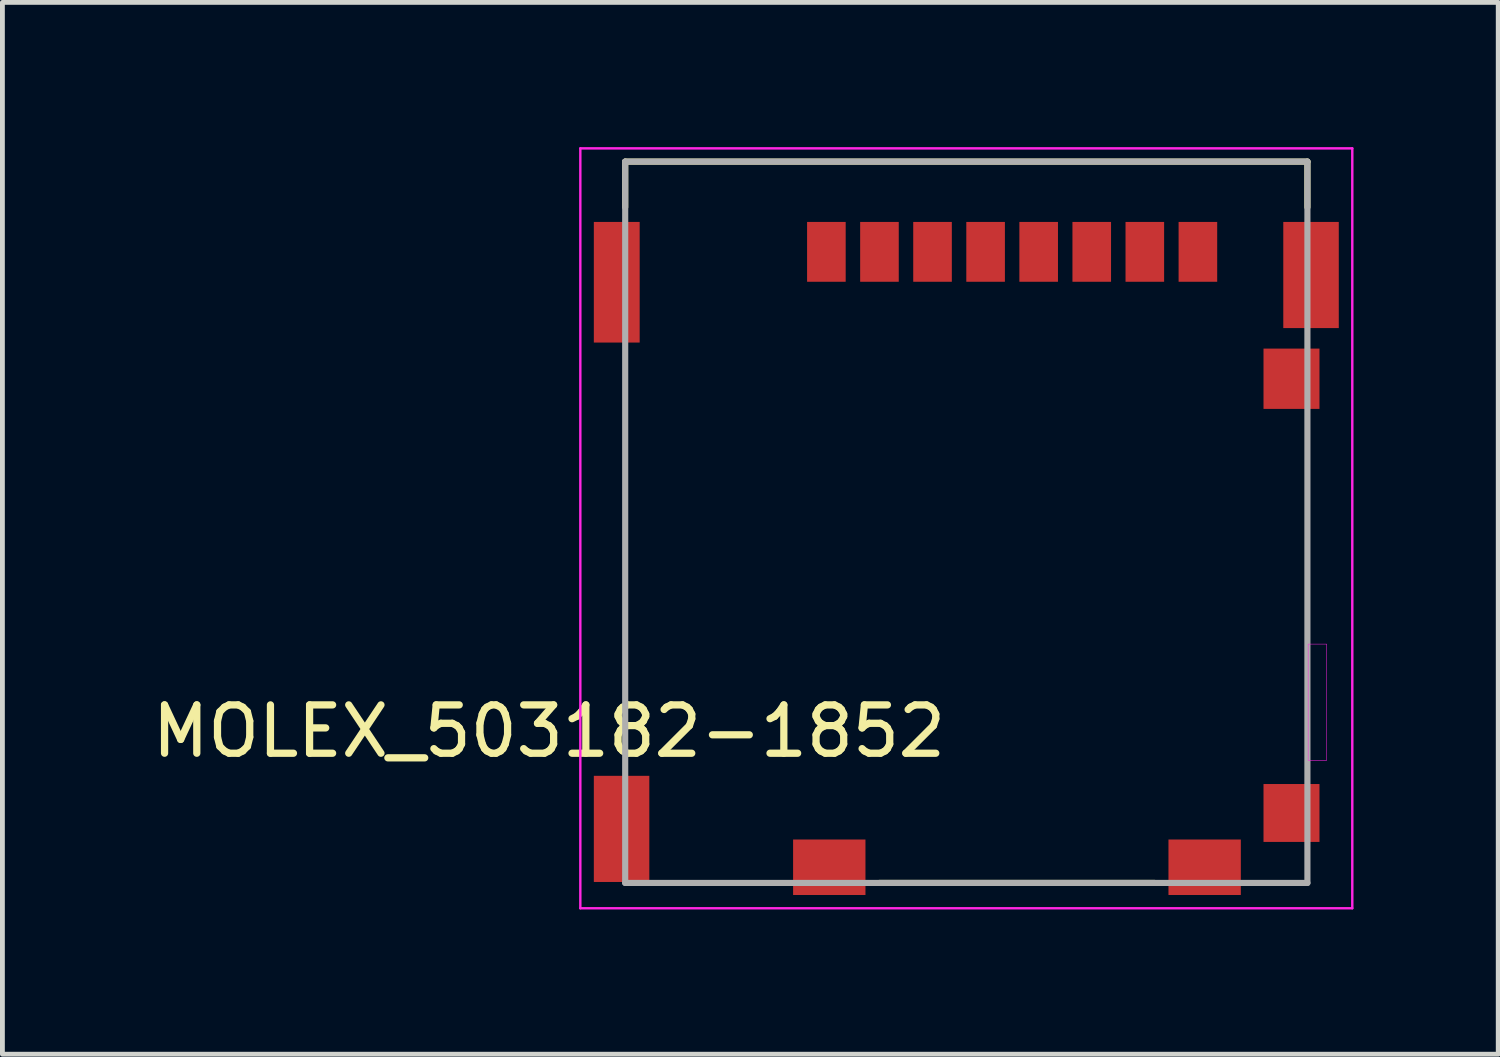
<source format=kicad_pcb>
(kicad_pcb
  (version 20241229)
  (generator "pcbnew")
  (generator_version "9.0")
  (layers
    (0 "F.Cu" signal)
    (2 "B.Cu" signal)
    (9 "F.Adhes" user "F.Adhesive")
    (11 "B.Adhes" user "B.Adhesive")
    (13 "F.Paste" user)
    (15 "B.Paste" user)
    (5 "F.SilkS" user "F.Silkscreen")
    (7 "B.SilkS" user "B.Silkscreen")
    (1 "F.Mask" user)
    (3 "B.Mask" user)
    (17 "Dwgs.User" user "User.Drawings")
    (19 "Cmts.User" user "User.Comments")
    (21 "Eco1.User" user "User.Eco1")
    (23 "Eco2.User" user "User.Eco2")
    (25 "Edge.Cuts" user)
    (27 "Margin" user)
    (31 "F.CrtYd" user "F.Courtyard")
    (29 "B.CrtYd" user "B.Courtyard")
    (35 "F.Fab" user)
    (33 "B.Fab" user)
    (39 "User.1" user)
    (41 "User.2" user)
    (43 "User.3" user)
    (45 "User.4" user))
  (footprint "MOLEX_503182-1852"
    (layer "F.Cu")
    (at 16.978 8.525)
    (property "Reference" "MOLEX_503182-1852" (at -8.649 3.581 180) (layer "F.SilkS") (effects (font (size 1.002 1.002) (thickness 0.15))))
    (attr smd)
    (fp_line (start -7.07 -8.225) (end 7.07 -8.225) (stroke (width 0.127) (type solid)) (layer "F.SilkS"))
    (fp_line (start -7.07 -7.28) (end -7.07 -8.225) (stroke (width 0.127) (type solid)) (layer "F.SilkS"))
    (fp_line (start -1.8 6.725) (end 3.9 6.725) (stroke (width 0.127) (type solid)) (layer "F.SilkS"))
    (fp_line (start 7.07 -8.225) (end 7.07 -7.28) (stroke (width 0.127) (type solid)) (layer "F.SilkS"))
    (fp_line (start -8 -8.5) (end -8 7.25) (stroke (width 0.05) (type solid)) (layer "F.CrtYd"))
    (fp_line (start -8 7.25) (end 8 7.25) (stroke (width 0.05) (type solid)) (layer "F.CrtYd"))
    (fp_line (start 8 -8.5) (end -8 -8.5) (stroke (width 0.05) (type solid)) (layer "F.CrtYd"))
    (fp_line (start 8 7.25) (end 8 -8.5) (stroke (width 0.05) (type solid)) (layer "F.CrtYd"))
    (fp_poly (pts (xy 7.085 1.775) (xy 7.47 1.775) (xy 7.47 4.184) (xy 7.085 4.184)) (stroke (width 0.01) (type solid)) (fill no) (layer "F.CrtYd"))
    (fp_line (start -7.07 -8.225) (end 7.07 -8.225) (stroke (width 0.127) (type solid)) (layer "F.Fab"))
    (fp_line (start -7.07 6.725) (end -7.07 -8.225) (stroke (width 0.127) (type solid)) (layer "F.Fab"))
    (fp_line (start 7.07 -8.225) (end 7.07 6.725) (stroke (width 0.127) (type solid)) (layer "F.Fab"))
    (fp_line (start 7.07 6.725) (end -7.07 6.725) (stroke (width 0.127) (type solid)) (layer "F.Fab"))
    (pad "1" smd rect (at -2.9 -6.355) (size 0.8 1.24) (layers "F.Cu" "F.Mask" "F.Paste"))
    (pad "2" smd rect (at -1.8 -6.355) (size 0.8 1.24) (layers "F.Cu" "F.Mask" "F.Paste"))
    (pad "3" smd rect (at -0.7 -6.355) (size 0.8 1.24) (layers "F.Cu" "F.Mask" "F.Paste"))
    (pad "4" smd rect (at 0.4 -6.355) (size 0.8 1.24) (layers "F.Cu" "F.Mask" "F.Paste"))
    (pad "5" smd rect (at 1.5 -6.355) (size 0.8 1.24) (layers "F.Cu" "F.Mask" "F.Paste"))
    (pad "6" smd rect (at 2.6 -6.355) (size 0.8 1.24) (layers "F.Cu" "F.Mask" "F.Paste"))
    (pad "7" smd rect (at 3.7 -6.355) (size 0.8 1.24) (layers "F.Cu" "F.Mask" "F.Paste"))
    (pad "8" smd rect (at 4.8 -6.355) (size 0.8 1.24) (layers "F.Cu" "F.Mask" "F.Paste"))
    (pad "DT" smd rect (at 6.74 5.275) (size 1.16 1.2) (layers "F.Cu" "F.Mask" "F.Paste"))
    (pad "P1" smd rect (at -7.245 -5.725) (size 0.95 2.5) (layers "F.Cu" "F.Mask" "F.Paste"))
    (pad "P2" smd rect (at 7.145 -5.875) (size 1.15 2.2) (layers "F.Cu" "F.Mask" "F.Paste"))
    (pad "P3" smd rect (at -7.145 5.605) (size 1.15 2.2) (layers "F.Cu" "F.Mask" "F.Paste"))
    (pad "P4" smd rect (at -2.84 6.4) (size 1.5 1.15) (layers "F.Cu" "F.Mask" "F.Paste"))
    (pad "P5" smd rect (at 4.94 6.4) (size 1.5 1.15) (layers "F.Cu" "F.Mask" "F.Paste"))
    (pad "SW" smd rect (at 6.74 -3.725) (size 1.16 1.25) (layers "F.Cu" "F.Mask" "F.Paste"))
    (zone (net_name "") (layer "F.Cu") (hatch full 0.508) (connect_pads) (min_thickness 0.01) (filled_areas_thickness no) (keepout (tracks not_allowed) (vias not_allowed) (pads not_allowed) (copperpour not_allowed) (footprints allowed)) (placement (enabled no)) (fill) (polygon (pts (xy 13.318 7.8) (xy 22.528 7.8) (xy 22.528 11.207) (xy 13.318 11.207))))
    (zone (net_name "") (layer "F.Cu") (hatch full 0.508) (connect_pads) (min_thickness 0.01) (filled_areas_thickness no) (keepout (tracks not_allowed) (vias not_allowed) (pads not_allowed) (copperpour not_allowed) (footprints allowed)) (placement (enabled no)) (fill) (polygon (pts (xy 13.32 3.04) (xy 22.528 3.04) (xy 22.528 7.798) (xy 13.32 7.798))))
    (zone (net_name "") (layer "F.Cu") (hatch full 0.508) (connect_pads) (min_thickness 0.01) (filled_areas_thickness no) (keepout (tracks allowed) (vias not_allowed) (pads allowed) (copperpour allowed) (footprints allowed)) (placement (enabled no)) (fill) (polygon (pts (xy 13.322 3.04) (xy 22.528 3.04) (xy 22.528 7.799) (xy 13.322 7.799))))
    (zone (net_name "") (layer "B.Cu") (hatch full 0.508) (connect_pads) (min_thickness 0.01) (filled_areas_thickness no) (keepout (tracks allowed) (vias allowed) (pads allowed) (copperpour allowed) (footprints allowed)) (placement (enabled no)) (fill) (polygon (pts (xy 13.323 3.04) (xy 22.528 3.04) (xy 22.528 7.799) (xy 13.323 7.799)))))
  (gr_rect
    (start -3 -3)
    (end 28.003 18.8)
    (stroke (width 0.1) (type default))
    (fill no)
    (layer "Edge.Cuts")))
</source>
